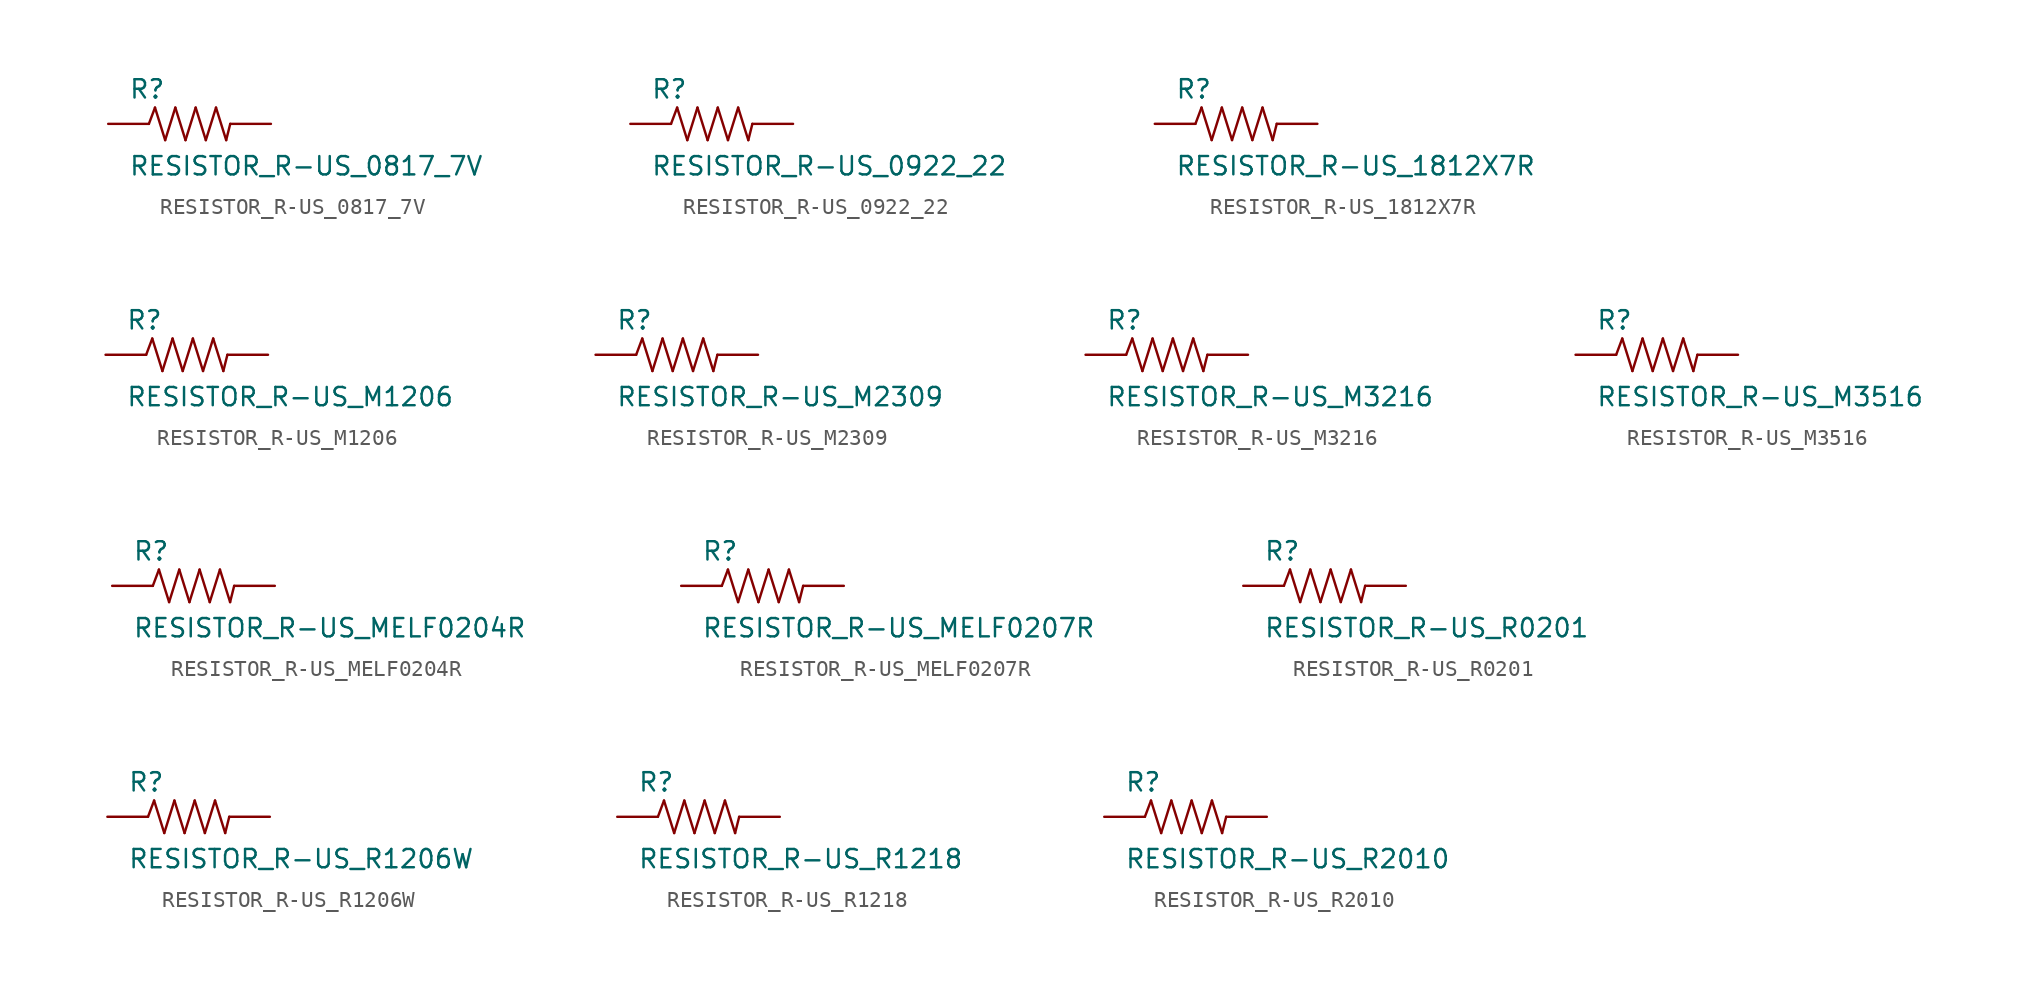
<source format=kicad_sym>
(kicad_symbol_lib
  (version 20210619)
  (generator kicad_symbol_editor)
  (symbol "RESISTOR_R-US_0817_7V"
    (pin_numbers hide)
    (pin_names
      (offset 1.016) hide)
    (property "Reference" "R"
      (at -3.81 1.499 0)
      (effects (font (size 1.143 1.143)) (justify left bottom)))
    (property "Value" "RESISTOR_R-US_0817_7V"
      (at -3.81 -3.302 0)
      (effects (font (size 1.143 1.143)) (justify left bottom)))
    (property "ki_locked" ""
      (at 0 0 0)
      (effects (font (size 1.27 1.27))))
    (symbol "RESISTOR_R-US_0817_7V_1_0"
      (polyline (pts (xy -2.54 0) (xy -2.159 1.016)) (stroke (width 0)) (fill (type none)))
      (polyline (pts (xy -2.159 1.016) (xy -1.524 -1.016)) (stroke (width 0)) (fill (type none)))
      (polyline (pts (xy -1.524 -1.016) (xy -0.889 1.016)) (stroke (width 0)) (fill (type none)))
      (polyline (pts (xy -0.889 1.016) (xy -0.254 -1.016)) (stroke (width 0)) (fill (type none)))
      (polyline (pts (xy -0.254 -1.016) (xy 0.381 1.016)) (stroke (width 0)) (fill (type none)))
      (polyline (pts (xy 0.381 1.016) (xy 1.016 -1.016)) (stroke (width 0)) (fill (type none)))
      (polyline (pts (xy 1.016 -1.016) (xy 1.651 1.016)) (stroke (width 0)) (fill (type none)))
      (polyline (pts (xy 1.651 1.016) (xy 2.286 -1.016)) (stroke (width 0)) (fill (type none)))
      (polyline (pts (xy 2.286 -1.016) (xy 2.54 0)) (stroke (width 0)) (fill (type none))))
    (symbol "RESISTOR_R-US_0817_7V_1_1"
      (pin passive line (at -5.08 0 0) (length 2.54) (name "1" (effects (font (size 1.016 1.016)))) (number "1" (effects (font (size 1.016 1.016)))))
      (pin passive line (at 5.08 0 180) (length 2.54) (name "2" (effects (font (size 1.016 1.016)))) (number "2" (effects (font (size 1.016 1.016)))))))
  (symbol "RESISTOR_R-US_0922_22"
    (pin_numbers hide)
    (pin_names
      (offset 1.016) hide)
    (property "Reference" "R"
      (at -3.81 1.499 0)
      (effects (font (size 1.143 1.143)) (justify left bottom)))
    (property "Value" "RESISTOR_R-US_0922_22"
      (at -3.81 -3.302 0)
      (effects (font (size 1.143 1.143)) (justify left bottom)))
    (property "ki_locked" ""
      (at 0 0 0)
      (effects (font (size 1.27 1.27))))
    (symbol "RESISTOR_R-US_0922_22_1_0"
      (polyline (pts (xy -2.54 0) (xy -2.159 1.016)) (stroke (width 0)) (fill (type none)))
      (polyline (pts (xy -2.159 1.016) (xy -1.524 -1.016)) (stroke (width 0)) (fill (type none)))
      (polyline (pts (xy -1.524 -1.016) (xy -0.889 1.016)) (stroke (width 0)) (fill (type none)))
      (polyline (pts (xy -0.889 1.016) (xy -0.254 -1.016)) (stroke (width 0)) (fill (type none)))
      (polyline (pts (xy -0.254 -1.016) (xy 0.381 1.016)) (stroke (width 0)) (fill (type none)))
      (polyline (pts (xy 0.381 1.016) (xy 1.016 -1.016)) (stroke (width 0)) (fill (type none)))
      (polyline (pts (xy 1.016 -1.016) (xy 1.651 1.016)) (stroke (width 0)) (fill (type none)))
      (polyline (pts (xy 1.651 1.016) (xy 2.286 -1.016)) (stroke (width 0)) (fill (type none)))
      (polyline (pts (xy 2.286 -1.016) (xy 2.54 0)) (stroke (width 0)) (fill (type none))))
    (symbol "RESISTOR_R-US_0922_22_1_1"
      (pin passive line (at -5.08 0 0) (length 2.54) (name "1" (effects (font (size 1.016 1.016)))) (number "1" (effects (font (size 1.016 1.016)))))
      (pin passive line (at 5.08 0 180) (length 2.54) (name "2" (effects (font (size 1.016 1.016)))) (number "2" (effects (font (size 1.016 1.016)))))))
  (symbol "RESISTOR_R-US_1812X7R"
    (pin_numbers hide)
    (pin_names
      (offset 1.016) hide)
    (property "Reference" "R"
      (at -3.81 1.499 0)
      (effects (font (size 1.143 1.143)) (justify left bottom)))
    (property "Value" "RESISTOR_R-US_1812X7R"
      (at -3.81 -3.302 0)
      (effects (font (size 1.143 1.143)) (justify left bottom)))
    (property "ki_locked" ""
      (at 0 0 0)
      (effects (font (size 1.27 1.27))))
    (symbol "RESISTOR_R-US_1812X7R_1_0"
      (polyline (pts (xy -2.54 0) (xy -2.159 1.016)) (stroke (width 0)) (fill (type none)))
      (polyline (pts (xy -2.159 1.016) (xy -1.524 -1.016)) (stroke (width 0)) (fill (type none)))
      (polyline (pts (xy -1.524 -1.016) (xy -0.889 1.016)) (stroke (width 0)) (fill (type none)))
      (polyline (pts (xy -0.889 1.016) (xy -0.254 -1.016)) (stroke (width 0)) (fill (type none)))
      (polyline (pts (xy -0.254 -1.016) (xy 0.381 1.016)) (stroke (width 0)) (fill (type none)))
      (polyline (pts (xy 0.381 1.016) (xy 1.016 -1.016)) (stroke (width 0)) (fill (type none)))
      (polyline (pts (xy 1.016 -1.016) (xy 1.651 1.016)) (stroke (width 0)) (fill (type none)))
      (polyline (pts (xy 1.651 1.016) (xy 2.286 -1.016)) (stroke (width 0)) (fill (type none)))
      (polyline (pts (xy 2.286 -1.016) (xy 2.54 0)) (stroke (width 0)) (fill (type none))))
    (symbol "RESISTOR_R-US_1812X7R_1_1"
      (pin passive line (at -5.08 0 0) (length 2.54) (name "1" (effects (font (size 1.016 1.016)))) (number "1" (effects (font (size 1.016 1.016)))))
      (pin passive line (at 5.08 0 180) (length 2.54) (name "2" (effects (font (size 1.016 1.016)))) (number "2" (effects (font (size 1.016 1.016)))))))
  (symbol "RESISTOR_R-US_M1206"
    (pin_numbers hide)
    (pin_names
      (offset 1.016) hide)
    (property "Reference" "R"
      (at -3.81 1.499 0)
      (effects (font (size 1.143 1.143)) (justify left bottom)))
    (property "Value" "RESISTOR_R-US_M1206"
      (at -3.81 -3.302 0)
      (effects (font (size 1.143 1.143)) (justify left bottom)))
    (property "ki_locked" ""
      (at 0 0 0)
      (effects (font (size 1.27 1.27))))
    (symbol "RESISTOR_R-US_M1206_1_0"
      (polyline (pts (xy -2.54 0) (xy -2.159 1.016)) (stroke (width 0)) (fill (type none)))
      (polyline (pts (xy -2.159 1.016) (xy -1.524 -1.016)) (stroke (width 0)) (fill (type none)))
      (polyline (pts (xy -1.524 -1.016) (xy -0.889 1.016)) (stroke (width 0)) (fill (type none)))
      (polyline (pts (xy -0.889 1.016) (xy -0.254 -1.016)) (stroke (width 0)) (fill (type none)))
      (polyline (pts (xy -0.254 -1.016) (xy 0.381 1.016)) (stroke (width 0)) (fill (type none)))
      (polyline (pts (xy 0.381 1.016) (xy 1.016 -1.016)) (stroke (width 0)) (fill (type none)))
      (polyline (pts (xy 1.016 -1.016) (xy 1.651 1.016)) (stroke (width 0)) (fill (type none)))
      (polyline (pts (xy 1.651 1.016) (xy 2.286 -1.016)) (stroke (width 0)) (fill (type none)))
      (polyline (pts (xy 2.286 -1.016) (xy 2.54 0)) (stroke (width 0)) (fill (type none))))
    (symbol "RESISTOR_R-US_M1206_1_1"
      (pin passive line (at -5.08 0 0) (length 2.54) (name "1" (effects (font (size 1.016 1.016)))) (number "1" (effects (font (size 1.016 1.016)))))
      (pin passive line (at 5.08 0 180) (length 2.54) (name "2" (effects (font (size 1.016 1.016)))) (number "2" (effects (font (size 1.016 1.016)))))))
  (symbol "RESISTOR_R-US_M2309"
    (pin_numbers hide)
    (pin_names
      (offset 1.016) hide)
    (property "Reference" "R"
      (at -3.81 1.499 0)
      (effects (font (size 1.143 1.143)) (justify left bottom)))
    (property "Value" "RESISTOR_R-US_M2309"
      (at -3.81 -3.302 0)
      (effects (font (size 1.143 1.143)) (justify left bottom)))
    (property "ki_locked" ""
      (at 0 0 0)
      (effects (font (size 1.27 1.27))))
    (symbol "RESISTOR_R-US_M2309_1_0"
      (polyline (pts (xy -2.54 0) (xy -2.159 1.016)) (stroke (width 0)) (fill (type none)))
      (polyline (pts (xy -2.159 1.016) (xy -1.524 -1.016)) (stroke (width 0)) (fill (type none)))
      (polyline (pts (xy -1.524 -1.016) (xy -0.889 1.016)) (stroke (width 0)) (fill (type none)))
      (polyline (pts (xy -0.889 1.016) (xy -0.254 -1.016)) (stroke (width 0)) (fill (type none)))
      (polyline (pts (xy -0.254 -1.016) (xy 0.381 1.016)) (stroke (width 0)) (fill (type none)))
      (polyline (pts (xy 0.381 1.016) (xy 1.016 -1.016)) (stroke (width 0)) (fill (type none)))
      (polyline (pts (xy 1.016 -1.016) (xy 1.651 1.016)) (stroke (width 0)) (fill (type none)))
      (polyline (pts (xy 1.651 1.016) (xy 2.286 -1.016)) (stroke (width 0)) (fill (type none)))
      (polyline (pts (xy 2.286 -1.016) (xy 2.54 0)) (stroke (width 0)) (fill (type none))))
    (symbol "RESISTOR_R-US_M2309_1_1"
      (pin passive line (at -5.08 0 0) (length 2.54) (name "1" (effects (font (size 1.016 1.016)))) (number "1" (effects (font (size 1.016 1.016)))))
      (pin passive line (at 5.08 0 180) (length 2.54) (name "2" (effects (font (size 1.016 1.016)))) (number "2" (effects (font (size 1.016 1.016)))))))
  (symbol "RESISTOR_R-US_M3216"
    (pin_numbers hide)
    (pin_names
      (offset 1.016) hide)
    (property "Reference" "R"
      (at -3.81 1.499 0)
      (effects (font (size 1.143 1.143)) (justify left bottom)))
    (property "Value" "RESISTOR_R-US_M3216"
      (at -3.81 -3.302 0)
      (effects (font (size 1.143 1.143)) (justify left bottom)))
    (property "ki_locked" ""
      (at 0 0 0)
      (effects (font (size 1.27 1.27))))
    (symbol "RESISTOR_R-US_M3216_1_0"
      (polyline (pts (xy -2.54 0) (xy -2.159 1.016)) (stroke (width 0)) (fill (type none)))
      (polyline (pts (xy -2.159 1.016) (xy -1.524 -1.016)) (stroke (width 0)) (fill (type none)))
      (polyline (pts (xy -1.524 -1.016) (xy -0.889 1.016)) (stroke (width 0)) (fill (type none)))
      (polyline (pts (xy -0.889 1.016) (xy -0.254 -1.016)) (stroke (width 0)) (fill (type none)))
      (polyline (pts (xy -0.254 -1.016) (xy 0.381 1.016)) (stroke (width 0)) (fill (type none)))
      (polyline (pts (xy 0.381 1.016) (xy 1.016 -1.016)) (stroke (width 0)) (fill (type none)))
      (polyline (pts (xy 1.016 -1.016) (xy 1.651 1.016)) (stroke (width 0)) (fill (type none)))
      (polyline (pts (xy 1.651 1.016) (xy 2.286 -1.016)) (stroke (width 0)) (fill (type none)))
      (polyline (pts (xy 2.286 -1.016) (xy 2.54 0)) (stroke (width 0)) (fill (type none))))
    (symbol "RESISTOR_R-US_M3216_1_1"
      (pin passive line (at -5.08 0 0) (length 2.54) (name "1" (effects (font (size 1.016 1.016)))) (number "1" (effects (font (size 1.016 1.016)))))
      (pin passive line (at 5.08 0 180) (length 2.54) (name "2" (effects (font (size 1.016 1.016)))) (number "2" (effects (font (size 1.016 1.016)))))))
  (symbol "RESISTOR_R-US_M3516"
    (pin_numbers hide)
    (pin_names
      (offset 1.016) hide)
    (property "Reference" "R"
      (at -3.81 1.499 0)
      (effects (font (size 1.143 1.143)) (justify left bottom)))
    (property "Value" "RESISTOR_R-US_M3516"
      (at -3.81 -3.302 0)
      (effects (font (size 1.143 1.143)) (justify left bottom)))
    (property "ki_locked" ""
      (at 0 0 0)
      (effects (font (size 1.27 1.27))))
    (symbol "RESISTOR_R-US_M3516_1_0"
      (polyline (pts (xy -2.54 0) (xy -2.159 1.016)) (stroke (width 0)) (fill (type none)))
      (polyline (pts (xy -2.159 1.016) (xy -1.524 -1.016)) (stroke (width 0)) (fill (type none)))
      (polyline (pts (xy -1.524 -1.016) (xy -0.889 1.016)) (stroke (width 0)) (fill (type none)))
      (polyline (pts (xy -0.889 1.016) (xy -0.254 -1.016)) (stroke (width 0)) (fill (type none)))
      (polyline (pts (xy -0.254 -1.016) (xy 0.381 1.016)) (stroke (width 0)) (fill (type none)))
      (polyline (pts (xy 0.381 1.016) (xy 1.016 -1.016)) (stroke (width 0)) (fill (type none)))
      (polyline (pts (xy 1.016 -1.016) (xy 1.651 1.016)) (stroke (width 0)) (fill (type none)))
      (polyline (pts (xy 1.651 1.016) (xy 2.286 -1.016)) (stroke (width 0)) (fill (type none)))
      (polyline (pts (xy 2.286 -1.016) (xy 2.54 0)) (stroke (width 0)) (fill (type none))))
    (symbol "RESISTOR_R-US_M3516_1_1"
      (pin passive line (at -5.08 0 0) (length 2.54) (name "1" (effects (font (size 1.016 1.016)))) (number "1" (effects (font (size 1.016 1.016)))))
      (pin passive line (at 5.08 0 180) (length 2.54) (name "2" (effects (font (size 1.016 1.016)))) (number "2" (effects (font (size 1.016 1.016)))))))
  (symbol "RESISTOR_R-US_MELF0204R"
    (pin_numbers hide)
    (pin_names
      (offset 1.016) hide)
    (property "Reference" "R"
      (at -3.81 1.499 0)
      (effects (font (size 1.143 1.143)) (justify left bottom)))
    (property "Value" "RESISTOR_R-US_MELF0204R"
      (at -3.81 -3.302 0)
      (effects (font (size 1.143 1.143)) (justify left bottom)))
    (property "ki_locked" ""
      (at 0 0 0)
      (effects (font (size 1.27 1.27))))
    (symbol "RESISTOR_R-US_MELF0204R_1_0"
      (polyline (pts (xy -2.54 0) (xy -2.159 1.016)) (stroke (width 0)) (fill (type none)))
      (polyline (pts (xy -2.159 1.016) (xy -1.524 -1.016)) (stroke (width 0)) (fill (type none)))
      (polyline (pts (xy -1.524 -1.016) (xy -0.889 1.016)) (stroke (width 0)) (fill (type none)))
      (polyline (pts (xy -0.889 1.016) (xy -0.254 -1.016)) (stroke (width 0)) (fill (type none)))
      (polyline (pts (xy -0.254 -1.016) (xy 0.381 1.016)) (stroke (width 0)) (fill (type none)))
      (polyline (pts (xy 0.381 1.016) (xy 1.016 -1.016)) (stroke (width 0)) (fill (type none)))
      (polyline (pts (xy 1.016 -1.016) (xy 1.651 1.016)) (stroke (width 0)) (fill (type none)))
      (polyline (pts (xy 1.651 1.016) (xy 2.286 -1.016)) (stroke (width 0)) (fill (type none)))
      (polyline (pts (xy 2.286 -1.016) (xy 2.54 0)) (stroke (width 0)) (fill (type none))))
    (symbol "RESISTOR_R-US_MELF0204R_1_1"
      (pin passive line (at -5.08 0 0) (length 2.54) (name "1" (effects (font (size 1.016 1.016)))) (number "1" (effects (font (size 1.016 1.016)))))
      (pin passive line (at 5.08 0 180) (length 2.54) (name "2" (effects (font (size 1.016 1.016)))) (number "2" (effects (font (size 1.016 1.016)))))))
  (symbol "RESISTOR_R-US_MELF0207R"
    (pin_numbers hide)
    (pin_names
      (offset 1.016) hide)
    (property "Reference" "R"
      (at -3.81 1.499 0)
      (effects (font (size 1.143 1.143)) (justify left bottom)))
    (property "Value" "RESISTOR_R-US_MELF0207R"
      (at -3.81 -3.302 0)
      (effects (font (size 1.143 1.143)) (justify left bottom)))
    (property "ki_locked" ""
      (at 0 0 0)
      (effects (font (size 1.27 1.27))))
    (symbol "RESISTOR_R-US_MELF0207R_1_0"
      (polyline (pts (xy -2.54 0) (xy -2.159 1.016)) (stroke (width 0)) (fill (type none)))
      (polyline (pts (xy -2.159 1.016) (xy -1.524 -1.016)) (stroke (width 0)) (fill (type none)))
      (polyline (pts (xy -1.524 -1.016) (xy -0.889 1.016)) (stroke (width 0)) (fill (type none)))
      (polyline (pts (xy -0.889 1.016) (xy -0.254 -1.016)) (stroke (width 0)) (fill (type none)))
      (polyline (pts (xy -0.254 -1.016) (xy 0.381 1.016)) (stroke (width 0)) (fill (type none)))
      (polyline (pts (xy 0.381 1.016) (xy 1.016 -1.016)) (stroke (width 0)) (fill (type none)))
      (polyline (pts (xy 1.016 -1.016) (xy 1.651 1.016)) (stroke (width 0)) (fill (type none)))
      (polyline (pts (xy 1.651 1.016) (xy 2.286 -1.016)) (stroke (width 0)) (fill (type none)))
      (polyline (pts (xy 2.286 -1.016) (xy 2.54 0)) (stroke (width 0)) (fill (type none))))
    (symbol "RESISTOR_R-US_MELF0207R_1_1"
      (pin passive line (at -5.08 0 0) (length 2.54) (name "1" (effects (font (size 1.016 1.016)))) (number "1" (effects (font (size 1.016 1.016)))))
      (pin passive line (at 5.08 0 180) (length 2.54) (name "2" (effects (font (size 1.016 1.016)))) (number "2" (effects (font (size 1.016 1.016)))))))
  (symbol "RESISTOR_R-US_R0201"
    (pin_numbers hide)
    (pin_names
      (offset 1.016) hide)
    (property "Reference" "R"
      (at -3.81 1.499 0)
      (effects (font (size 1.143 1.143)) (justify left bottom)))
    (property "Value" "RESISTOR_R-US_R0201"
      (at -3.81 -3.302 0)
      (effects (font (size 1.143 1.143)) (justify left bottom)))
    (property "ki_locked" ""
      (at 0 0 0)
      (effects (font (size 1.27 1.27))))
    (symbol "RESISTOR_R-US_R0201_1_0"
      (polyline (pts (xy -2.54 0) (xy -2.159 1.016)) (stroke (width 0)) (fill (type none)))
      (polyline (pts (xy -2.159 1.016) (xy -1.524 -1.016)) (stroke (width 0)) (fill (type none)))
      (polyline (pts (xy -1.524 -1.016) (xy -0.889 1.016)) (stroke (width 0)) (fill (type none)))
      (polyline (pts (xy -0.889 1.016) (xy -0.254 -1.016)) (stroke (width 0)) (fill (type none)))
      (polyline (pts (xy -0.254 -1.016) (xy 0.381 1.016)) (stroke (width 0)) (fill (type none)))
      (polyline (pts (xy 0.381 1.016) (xy 1.016 -1.016)) (stroke (width 0)) (fill (type none)))
      (polyline (pts (xy 1.016 -1.016) (xy 1.651 1.016)) (stroke (width 0)) (fill (type none)))
      (polyline (pts (xy 1.651 1.016) (xy 2.286 -1.016)) (stroke (width 0)) (fill (type none)))
      (polyline (pts (xy 2.286 -1.016) (xy 2.54 0)) (stroke (width 0)) (fill (type none))))
    (symbol "RESISTOR_R-US_R0201_1_1"
      (pin passive line (at -5.08 0 0) (length 2.54) (name "1" (effects (font (size 1.016 1.016)))) (number "1" (effects (font (size 1.016 1.016)))))
      (pin passive line (at 5.08 0 180) (length 2.54) (name "2" (effects (font (size 1.016 1.016)))) (number "2" (effects (font (size 1.016 1.016)))))))
  (symbol "RESISTOR_R-US_R1206W"
    (pin_numbers hide)
    (pin_names
      (offset 1.016) hide)
    (property "Reference" "R"
      (at -3.81 1.499 0)
      (effects (font (size 1.143 1.143)) (justify left bottom)))
    (property "Value" "RESISTOR_R-US_R1206W"
      (at -3.81 -3.302 0)
      (effects (font (size 1.143 1.143)) (justify left bottom)))
    (property "ki_locked" ""
      (at 0 0 0)
      (effects (font (size 1.27 1.27))))
    (symbol "RESISTOR_R-US_R1206W_1_0"
      (polyline (pts (xy -2.54 0) (xy -2.159 1.016)) (stroke (width 0)) (fill (type none)))
      (polyline (pts (xy -2.159 1.016) (xy -1.524 -1.016)) (stroke (width 0)) (fill (type none)))
      (polyline (pts (xy -1.524 -1.016) (xy -0.889 1.016)) (stroke (width 0)) (fill (type none)))
      (polyline (pts (xy -0.889 1.016) (xy -0.254 -1.016)) (stroke (width 0)) (fill (type none)))
      (polyline (pts (xy -0.254 -1.016) (xy 0.381 1.016)) (stroke (width 0)) (fill (type none)))
      (polyline (pts (xy 0.381 1.016) (xy 1.016 -1.016)) (stroke (width 0)) (fill (type none)))
      (polyline (pts (xy 1.016 -1.016) (xy 1.651 1.016)) (stroke (width 0)) (fill (type none)))
      (polyline (pts (xy 1.651 1.016) (xy 2.286 -1.016)) (stroke (width 0)) (fill (type none)))
      (polyline (pts (xy 2.286 -1.016) (xy 2.54 0)) (stroke (width 0)) (fill (type none))))
    (symbol "RESISTOR_R-US_R1206W_1_1"
      (pin passive line (at -5.08 0 0) (length 2.54) (name "1" (effects (font (size 1.016 1.016)))) (number "1" (effects (font (size 1.016 1.016)))))
      (pin passive line (at 5.08 0 180) (length 2.54) (name "2" (effects (font (size 1.016 1.016)))) (number "2" (effects (font (size 1.016 1.016)))))))
  (symbol "RESISTOR_R-US_R1218"
    (pin_numbers hide)
    (pin_names
      (offset 1.016) hide)
    (property "Reference" "R"
      (at -3.81 1.499 0)
      (effects (font (size 1.143 1.143)) (justify left bottom)))
    (property "Value" "RESISTOR_R-US_R1218"
      (at -3.81 -3.302 0)
      (effects (font (size 1.143 1.143)) (justify left bottom)))
    (property "ki_locked" ""
      (at 0 0 0)
      (effects (font (size 1.27 1.27))))
    (symbol "RESISTOR_R-US_R1218_1_0"
      (polyline (pts (xy -2.54 0) (xy -2.159 1.016)) (stroke (width 0)) (fill (type none)))
      (polyline (pts (xy -2.159 1.016) (xy -1.524 -1.016)) (stroke (width 0)) (fill (type none)))
      (polyline (pts (xy -1.524 -1.016) (xy -0.889 1.016)) (stroke (width 0)) (fill (type none)))
      (polyline (pts (xy -0.889 1.016) (xy -0.254 -1.016)) (stroke (width 0)) (fill (type none)))
      (polyline (pts (xy -0.254 -1.016) (xy 0.381 1.016)) (stroke (width 0)) (fill (type none)))
      (polyline (pts (xy 0.381 1.016) (xy 1.016 -1.016)) (stroke (width 0)) (fill (type none)))
      (polyline (pts (xy 1.016 -1.016) (xy 1.651 1.016)) (stroke (width 0)) (fill (type none)))
      (polyline (pts (xy 1.651 1.016) (xy 2.286 -1.016)) (stroke (width 0)) (fill (type none)))
      (polyline (pts (xy 2.286 -1.016) (xy 2.54 0)) (stroke (width 0)) (fill (type none))))
    (symbol "RESISTOR_R-US_R1218_1_1"
      (pin passive line (at -5.08 0 0) (length 2.54) (name "1" (effects (font (size 1.016 1.016)))) (number "1" (effects (font (size 1.016 1.016)))))
      (pin passive line (at 5.08 0 180) (length 2.54) (name "2" (effects (font (size 1.016 1.016)))) (number "2" (effects (font (size 1.016 1.016)))))))
  (symbol "RESISTOR_R-US_R2010"
    (pin_numbers hide)
    (pin_names
      (offset 1.016) hide)
    (property "Reference" "R"
      (at -3.81 1.499 0)
      (effects (font (size 1.143 1.143)) (justify left bottom)))
    (property "Value" "RESISTOR_R-US_R2010"
      (at -3.81 -3.302 0)
      (effects (font (size 1.143 1.143)) (justify left bottom)))
    (property "ki_locked" ""
      (at 0 0 0)
      (effects (font (size 1.27 1.27))))
    (symbol "RESISTOR_R-US_R2010_1_0"
      (polyline (pts (xy -2.54 0) (xy -2.159 1.016)) (stroke (width 0)) (fill (type none)))
      (polyline (pts (xy -2.159 1.016) (xy -1.524 -1.016)) (stroke (width 0)) (fill (type none)))
      (polyline (pts (xy -1.524 -1.016) (xy -0.889 1.016)) (stroke (width 0)) (fill (type none)))
      (polyline (pts (xy -0.889 1.016) (xy -0.254 -1.016)) (stroke (width 0)) (fill (type none)))
      (polyline (pts (xy -0.254 -1.016) (xy 0.381 1.016)) (stroke (width 0)) (fill (type none)))
      (polyline (pts (xy 0.381 1.016) (xy 1.016 -1.016)) (stroke (width 0)) (fill (type none)))
      (polyline (pts (xy 1.016 -1.016) (xy 1.651 1.016)) (stroke (width 0)) (fill (type none)))
      (polyline (pts (xy 1.651 1.016) (xy 2.286 -1.016)) (stroke (width 0)) (fill (type none)))
      (polyline (pts (xy 2.286 -1.016) (xy 2.54 0)) (stroke (width 0)) (fill (type none))))
    (symbol "RESISTOR_R-US_R2010_1_1"
      (pin passive line (at -5.08 0 0) (length 2.54) (name "1" (effects (font (size 1.016 1.016)))) (number "1" (effects (font (size 1.016 1.016)))))
      (pin passive line (at 5.08 0 180) (length 2.54) (name "2" (effects (font (size 1.016 1.016)))) (number "2" (effects (font (size 1.016 1.016))))))))
</source>
